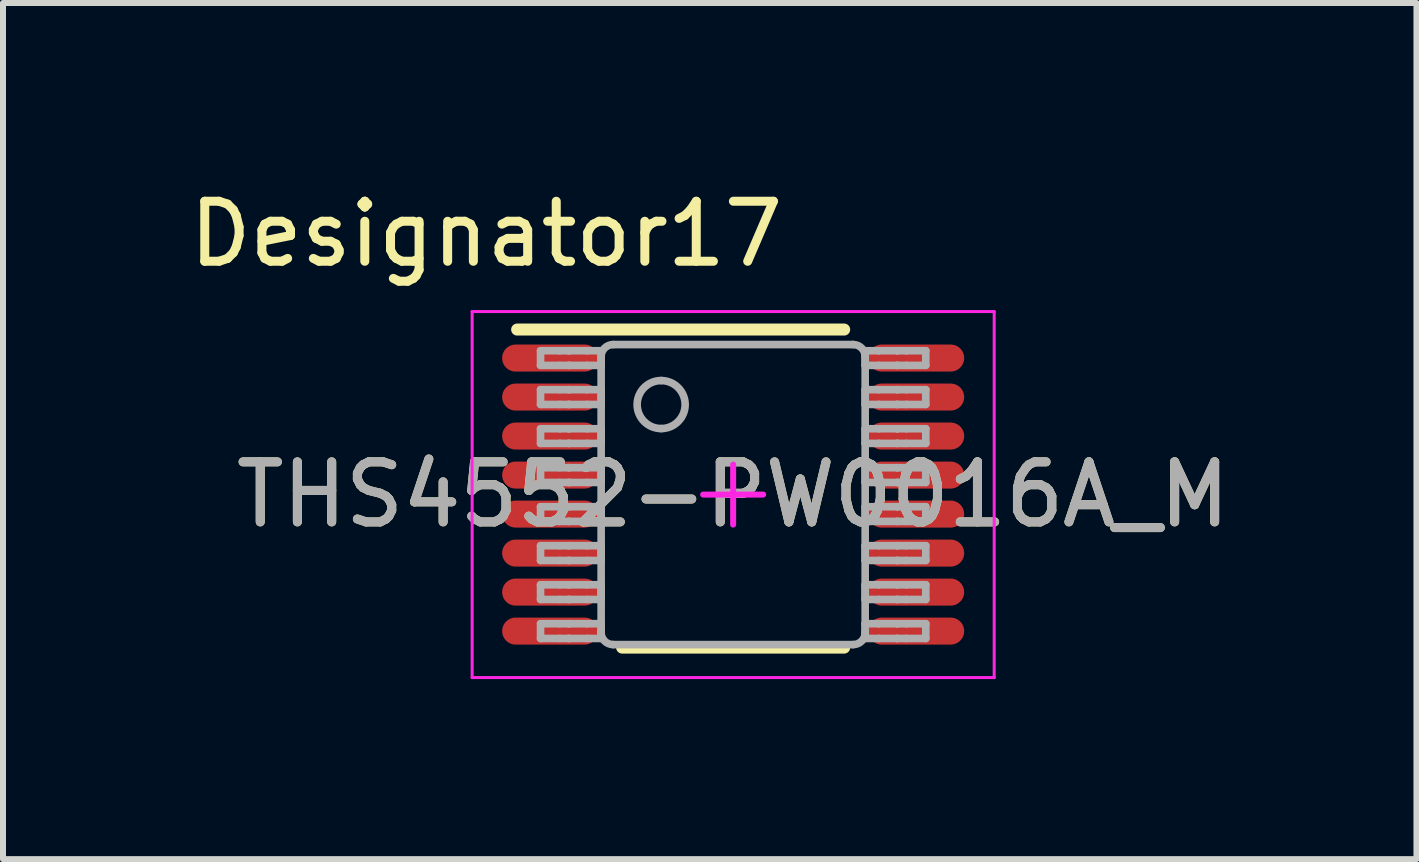
<source format=kicad_pcb>
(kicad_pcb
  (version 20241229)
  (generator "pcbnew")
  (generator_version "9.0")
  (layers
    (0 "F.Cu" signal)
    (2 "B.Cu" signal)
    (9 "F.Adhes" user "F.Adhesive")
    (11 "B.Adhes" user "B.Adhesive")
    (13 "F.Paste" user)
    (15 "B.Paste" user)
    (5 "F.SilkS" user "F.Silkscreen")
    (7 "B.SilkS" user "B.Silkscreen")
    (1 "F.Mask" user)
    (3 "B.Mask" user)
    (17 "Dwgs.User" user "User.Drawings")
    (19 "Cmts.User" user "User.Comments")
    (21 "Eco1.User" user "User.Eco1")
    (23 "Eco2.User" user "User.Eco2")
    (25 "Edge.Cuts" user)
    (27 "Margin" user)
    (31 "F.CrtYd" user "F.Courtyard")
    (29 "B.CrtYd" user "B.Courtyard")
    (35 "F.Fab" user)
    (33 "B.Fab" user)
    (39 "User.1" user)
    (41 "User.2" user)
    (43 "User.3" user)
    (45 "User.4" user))
  (footprint "THS4552-PW0016A_M"
    (layer "F.Cu")
    (at 9.168 5.192)
    (property "Reference" "THS4552-PW0016A_M" (at 0 0 0) (unlocked yes) (layer "F.SilkS") (effects (font (size 1 1) (thickness 0.15))))
    (attr smd)
    (fp_line (start -3.6 -2.75) (end 1.85 -2.75) (stroke (width 0.2) (type solid)) (layer "F.SilkS"))
    (fp_line (start -1.85 2.55) (end 1.85 2.55) (stroke (width 0.2) (type solid)) (layer "F.SilkS"))
    (fp_line (start -4.35 -3.05) (end 4.35 -3.05) (stroke (width 0.05) (type solid)) (layer "F.CrtYd"))
    (fp_line (start -4.35 3.05) (end -4.35 -3.05) (stroke (width 0.05) (type solid)) (layer "F.CrtYd"))
    (fp_line (start -4.35 3.05) (end 4.35 3.05) (stroke (width 0.05) (type solid)) (layer "F.CrtYd"))
    (fp_line (start -0.5 0) (end 0.5 0) (stroke (width 0.1) (type solid)) (layer "F.CrtYd"))
    (fp_line (start -0.000003 0.5) (end -0.000003 -0.5) (stroke (width 0.1) (type solid)) (layer "F.CrtYd"))
    (fp_line (start 4.35 3.05) (end 4.35 -3.05) (stroke (width 0.05) (type solid)) (layer "F.CrtYd"))
    (fp_line (start -3.21 -2.397) (end -2.887 -2.397) (stroke (width 0.127) (type solid)) (layer "F.Fab"))
    (fp_line (start -3.21 -2.153) (end -3.21 -2.397) (stroke (width 0.127) (type solid)) (layer "F.Fab"))
    (fp_line (start -3.21 -2.153) (end -2.887 -2.153) (stroke (width 0.127) (type solid)) (layer "F.Fab"))
    (fp_line (start -3.21 -1.748) (end -2.887 -1.748) (stroke (width 0.127) (type solid)) (layer "F.Fab"))
    (fp_line (start -3.21 -1.502) (end -3.21 -1.748) (stroke (width 0.127) (type solid)) (layer "F.Fab"))
    (fp_line (start -3.21 -1.502) (end -2.887 -1.502) (stroke (width 0.127) (type solid)) (layer "F.Fab"))
    (fp_line (start -3.21 -1.097) (end -2.887 -1.097) (stroke (width 0.127) (type solid)) (layer "F.Fab"))
    (fp_line (start -3.21 -0.853) (end -3.21 -1.097) (stroke (width 0.127) (type solid)) (layer "F.Fab"))
    (fp_line (start -3.21 -0.853) (end -2.887 -0.853) (stroke (width 0.127) (type solid)) (layer "F.Fab"))
    (fp_line (start -3.21 -0.448) (end -2.887 -0.448) (stroke (width 0.127) (type solid)) (layer "F.Fab"))
    (fp_line (start -3.21 -0.202) (end -3.21 -0.448) (stroke (width 0.127) (type solid)) (layer "F.Fab"))
    (fp_line (start -3.21 -0.202) (end -2.887 -0.202) (stroke (width 0.127) (type solid)) (layer "F.Fab"))
    (fp_line (start -3.21 0.203) (end -2.887 0.203) (stroke (width 0.127) (type solid)) (layer "F.Fab"))
    (fp_line (start -3.21 0.447) (end -3.21 0.203) (stroke (width 0.127) (type solid)) (layer "F.Fab"))
    (fp_line (start -3.21 0.447) (end -2.887 0.447) (stroke (width 0.127) (type solid)) (layer "F.Fab"))
    (fp_line (start -3.21 0.852) (end -2.887 0.852) (stroke (width 0.127) (type solid)) (layer "F.Fab"))
    (fp_line (start -3.21 1.098) (end -3.21 0.852) (stroke (width 0.127) (type solid)) (layer "F.Fab"))
    (fp_line (start -3.21 1.098) (end -2.887 1.098) (stroke (width 0.127) (type solid)) (layer "F.Fab"))
    (fp_line (start -3.21 1.503) (end -2.887 1.503) (stroke (width 0.127) (type solid)) (layer "F.Fab"))
    (fp_line (start -3.21 1.748) (end -3.21 1.503) (stroke (width 0.127) (type solid)) (layer "F.Fab"))
    (fp_line (start -3.21 1.748) (end -2.887 1.748) (stroke (width 0.127) (type solid)) (layer "F.Fab"))
    (fp_line (start -3.21 2.152) (end -2.887 2.152) (stroke (width 0.127) (type solid)) (layer "F.Fab"))
    (fp_line (start -3.21 2.398) (end -3.21 2.152) (stroke (width 0.127) (type solid)) (layer "F.Fab"))
    (fp_line (start -3.21 2.398) (end -2.887 2.398) (stroke (width 0.127) (type solid)) (layer "F.Fab"))
    (fp_line (start -2.887 -2.397) (end -2.739 -2.397) (stroke (width 0.127) (type solid)) (layer "F.Fab"))
    (fp_line (start -2.887 -2.153) (end -2.739 -2.153) (stroke (width 0.127) (type solid)) (layer "F.Fab"))
    (fp_line (start -2.887 -1.748) (end -2.739 -1.748) (stroke (width 0.127) (type solid)) (layer "F.Fab"))
    (fp_line (start -2.887 -1.502) (end -2.739 -1.502) (stroke (width 0.127) (type solid)) (layer "F.Fab"))
    (fp_line (start -2.887 -1.097) (end -2.739 -1.097) (stroke (width 0.127) (type solid)) (layer "F.Fab"))
    (fp_line (start -2.887 -0.853) (end -2.739 -0.853) (stroke (width 0.127) (type solid)) (layer "F.Fab"))
    (fp_line (start -2.887 -0.448) (end -2.739 -0.448) (stroke (width 0.127) (type solid)) (layer "F.Fab"))
    (fp_line (start -2.887 -0.202) (end -2.739 -0.202) (stroke (width 0.127) (type solid)) (layer "F.Fab"))
    (fp_line (start -2.887 0.203) (end -2.739 0.203) (stroke (width 0.127) (type solid)) (layer "F.Fab"))
    (fp_line (start -2.887 0.447) (end -2.739 0.447) (stroke (width 0.127) (type solid)) (layer "F.Fab"))
    (fp_line (start -2.887 0.852) (end -2.739 0.852) (stroke (width 0.127) (type solid)) (layer "F.Fab"))
    (fp_line (start -2.887 1.098) (end -2.739 1.098) (stroke (width 0.127) (type solid)) (layer "F.Fab"))
    (fp_line (start -2.887 1.503) (end -2.739 1.503) (stroke (width 0.127) (type solid)) (layer "F.Fab"))
    (fp_line (start -2.887 1.748) (end -2.739 1.748) (stroke (width 0.127) (type solid)) (layer "F.Fab"))
    (fp_line (start -2.887 2.152) (end -2.739 2.152) (stroke (width 0.127) (type solid)) (layer "F.Fab"))
    (fp_line (start -2.887 2.398) (end -2.739 2.398) (stroke (width 0.127) (type solid)) (layer "F.Fab"))
    (fp_line (start -2.739 -2.397) (end -2.733 -2.397) (stroke (width 0.127) (type solid)) (layer "F.Fab"))
    (fp_line (start -2.739 -2.153) (end -2.733 -2.153) (stroke (width 0.127) (type solid)) (layer "F.Fab"))
    (fp_line (start -2.739 -1.748) (end -2.733 -1.748) (stroke (width 0.127) (type solid)) (layer "F.Fab"))
    (fp_line (start -2.739 -1.502) (end -2.733 -1.502) (stroke (width 0.127) (type solid)) (layer "F.Fab"))
    (fp_line (start -2.739 -1.097) (end -2.733 -1.097) (stroke (width 0.127) (type solid)) (layer "F.Fab"))
    (fp_line (start -2.739 -0.853) (end -2.733 -0.853) (stroke (width 0.127) (type solid)) (layer "F.Fab"))
    (fp_line (start -2.739 -0.448) (end -2.733 -0.448) (stroke (width 0.127) (type solid)) (layer "F.Fab"))
    (fp_line (start -2.739 -0.202) (end -2.733 -0.202) (stroke (width 0.127) (type solid)) (layer "F.Fab"))
    (fp_line (start -2.739 0.203) (end -2.733 0.203) (stroke (width 0.127) (type solid)) (layer "F.Fab"))
    (fp_line (start -2.739 0.447) (end -2.733 0.447) (stroke (width 0.127) (type solid)) (layer "F.Fab"))
    (fp_line (start -2.739 0.852) (end -2.733 0.852) (stroke (width 0.127) (type solid)) (layer "F.Fab"))
    (fp_line (start -2.739 1.098) (end -2.733 1.098) (stroke (width 0.127) (type solid)) (layer "F.Fab"))
    (fp_line (start -2.739 1.503) (end -2.733 1.503) (stroke (width 0.127) (type solid)) (layer "F.Fab"))
    (fp_line (start -2.739 1.748) (end -2.733 1.748) (stroke (width 0.127) (type solid)) (layer "F.Fab"))
    (fp_line (start -2.739 2.152) (end -2.733 2.152) (stroke (width 0.127) (type solid)) (layer "F.Fab"))
    (fp_line (start -2.739 2.398) (end -2.733 2.398) (stroke (width 0.127) (type solid)) (layer "F.Fab"))
    (fp_line (start -2.733 -2.397) (end -2.431 -2.397) (stroke (width 0.127) (type solid)) (layer "F.Fab"))
    (fp_line (start -2.733 -2.153) (end -2.431 -2.153) (stroke (width 0.127) (type solid)) (layer "F.Fab"))
    (fp_line (start -2.733 -1.748) (end -2.431 -1.748) (stroke (width 0.127) (type solid)) (layer "F.Fab"))
    (fp_line (start -2.733 -1.502) (end -2.431 -1.502) (stroke (width 0.127) (type solid)) (layer "F.Fab"))
    (fp_line (start -2.733 -1.097) (end -2.431 -1.097) (stroke (width 0.127) (type solid)) (layer "F.Fab"))
    (fp_line (start -2.733 -0.853) (end -2.431 -0.853) (stroke (width 0.127) (type solid)) (layer "F.Fab"))
    (fp_line (start -2.733 -0.448) (end -2.431 -0.448) (stroke (width 0.127) (type solid)) (layer "F.Fab"))
    (fp_line (start -2.733 -0.202) (end -2.431 -0.202) (stroke (width 0.127) (type solid)) (layer "F.Fab"))
    (fp_line (start -2.733 0.203) (end -2.431 0.203) (stroke (width 0.127) (type solid)) (layer "F.Fab"))
    (fp_line (start -2.733 0.447) (end -2.431 0.447) (stroke (width 0.127) (type solid)) (layer "F.Fab"))
    (fp_line (start -2.733 0.852) (end -2.431 0.852) (stroke (width 0.127) (type solid)) (layer "F.Fab"))
    (fp_line (start -2.733 1.098) (end -2.431 1.098) (stroke (width 0.127) (type solid)) (layer "F.Fab"))
    (fp_line (start -2.733 1.503) (end -2.431 1.503) (stroke (width 0.127) (type solid)) (layer "F.Fab"))
    (fp_line (start -2.733 1.748) (end -2.431 1.748) (stroke (width 0.127) (type solid)) (layer "F.Fab"))
    (fp_line (start -2.733 2.152) (end -2.431 2.152) (stroke (width 0.127) (type solid)) (layer "F.Fab"))
    (fp_line (start -2.733 2.398) (end -2.431 2.398) (stroke (width 0.127) (type solid)) (layer "F.Fab"))
    (fp_line (start -2.431 -2.397) (end -2.2 -2.397) (stroke (width 0.127) (type solid)) (layer "F.Fab"))
    (fp_line (start -2.431 -2.153) (end -2.2 -2.153) (stroke (width 0.127) (type solid)) (layer "F.Fab"))
    (fp_line (start -2.431 -1.748) (end -2.2 -1.748) (stroke (width 0.127) (type solid)) (layer "F.Fab"))
    (fp_line (start -2.431 -1.502) (end -2.2 -1.502) (stroke (width 0.127) (type solid)) (layer "F.Fab"))
    (fp_line (start -2.431 -1.097) (end -2.2 -1.097) (stroke (width 0.127) (type solid)) (layer "F.Fab"))
    (fp_line (start -2.431 -0.853) (end -2.2 -0.853) (stroke (width 0.127) (type solid)) (layer "F.Fab"))
    (fp_line (start -2.431 -0.448) (end -2.2 -0.448) (stroke (width 0.127) (type solid)) (layer "F.Fab"))
    (fp_line (start -2.431 -0.202) (end -2.2 -0.202) (stroke (width 0.127) (type solid)) (layer "F.Fab"))
    (fp_line (start -2.431 0.203) (end -2.2 0.203) (stroke (width 0.127) (type solid)) (layer "F.Fab"))
    (fp_line (start -2.431 0.447) (end -2.2 0.447) (stroke (width 0.127) (type solid)) (layer "F.Fab"))
    (fp_line (start -2.431 0.852) (end -2.2 0.852) (stroke (width 0.127) (type solid)) (layer "F.Fab"))
    (fp_line (start -2.431 1.098) (end -2.2 1.098) (stroke (width 0.127) (type solid)) (layer "F.Fab"))
    (fp_line (start -2.431 1.503) (end -2.2 1.503) (stroke (width 0.127) (type solid)) (layer "F.Fab"))
    (fp_line (start -2.431 1.748) (end -2.2 1.748) (stroke (width 0.127) (type solid)) (layer "F.Fab"))
    (fp_line (start -2.431 2.152) (end -2.2 2.152) (stroke (width 0.127) (type solid)) (layer "F.Fab"))
    (fp_line (start -2.431 2.398) (end -2.2 2.398) (stroke (width 0.127) (type solid)) (layer "F.Fab"))
    (fp_line (start -2.2 -2.153) (end -2.2 -2.397) (stroke (width 0.127) (type solid)) (layer "F.Fab"))
    (fp_line (start -2.2 -1.502) (end -2.2 -1.748) (stroke (width 0.127) (type solid)) (layer "F.Fab"))
    (fp_line (start -2.2 -0.853) (end -2.2 -1.097) (stroke (width 0.127) (type solid)) (layer "F.Fab"))
    (fp_line (start -2.2 -0.202) (end -2.2 -0.448) (stroke (width 0.127) (type solid)) (layer "F.Fab"))
    (fp_line (start -2.2 0.447) (end -2.2 0.203) (stroke (width 0.127) (type solid)) (layer "F.Fab"))
    (fp_line (start -2.2 1.098) (end -2.2 0.852) (stroke (width 0.127) (type solid)) (layer "F.Fab"))
    (fp_line (start -2.2 1.748) (end -2.2 1.503) (stroke (width 0.127) (type solid)) (layer "F.Fab"))
    (fp_line (start -2.2 2.3) (end -2.2 -2.3) (stroke (width 0.127) (type solid)) (layer "F.Fab"))
    (fp_line (start -2.2 2.398) (end -2.2 2.152) (stroke (width 0.127) (type solid)) (layer "F.Fab"))
    (fp_line (start -2 -2.5) (end 2 -2.5) (stroke (width 0.127) (type solid)) (layer "F.Fab"))
    (fp_line (start -2 2.5) (end 2 2.5) (stroke (width 0.127) (type solid)) (layer "F.Fab"))
    (fp_line (start 2.2 -2.397) (end 2.43 -2.397) (stroke (width 0.127) (type solid)) (layer "F.Fab"))
    (fp_line (start 2.2 -2.153) (end 2.2 -2.397) (stroke (width 0.127) (type solid)) (layer "F.Fab"))
    (fp_line (start 2.2 -2.153) (end 2.43 -2.153) (stroke (width 0.127) (type solid)) (layer "F.Fab"))
    (fp_line (start 2.2 -1.748) (end 2.43 -1.748) (stroke (width 0.127) (type solid)) (layer "F.Fab"))
    (fp_line (start 2.2 -1.502) (end 2.2 -1.748) (stroke (width 0.127) (type solid)) (layer "F.Fab"))
    (fp_line (start 2.2 -1.502) (end 2.43 -1.502) (stroke (width 0.127) (type solid)) (layer "F.Fab"))
    (fp_line (start 2.2 -1.097) (end 2.43 -1.097) (stroke (width 0.127) (type solid)) (layer "F.Fab"))
    (fp_line (start 2.2 -0.853) (end 2.2 -1.097) (stroke (width 0.127) (type solid)) (layer "F.Fab"))
    (fp_line (start 2.2 -0.853) (end 2.43 -0.853) (stroke (width 0.127) (type solid)) (layer "F.Fab"))
    (fp_line (start 2.2 -0.448) (end 2.43 -0.448) (stroke (width 0.127) (type solid)) (layer "F.Fab"))
    (fp_line (start 2.2 -0.202) (end 2.2 -0.448) (stroke (width 0.127) (type solid)) (layer "F.Fab"))
    (fp_line (start 2.2 -0.202) (end 2.43 -0.202) (stroke (width 0.127) (type solid)) (layer "F.Fab"))
    (fp_line (start 2.2 0.203) (end 2.43 0.203) (stroke (width 0.127) (type solid)) (layer "F.Fab"))
    (fp_line (start 2.2 0.447) (end 2.2 0.203) (stroke (width 0.127) (type solid)) (layer "F.Fab"))
    (fp_line (start 2.2 0.447) (end 2.43 0.447) (stroke (width 0.127) (type solid)) (layer "F.Fab"))
    (fp_line (start 2.2 0.852) (end 2.43 0.852) (stroke (width 0.127) (type solid)) (layer "F.Fab"))
    (fp_line (start 2.2 1.098) (end 2.2 0.852) (stroke (width 0.127) (type solid)) (layer "F.Fab"))
    (fp_line (start 2.2 1.098) (end 2.43 1.098) (stroke (width 0.127) (type solid)) (layer "F.Fab"))
    (fp_line (start 2.2 1.503) (end 2.43 1.503) (stroke (width 0.127) (type solid)) (layer "F.Fab"))
    (fp_line (start 2.2 1.748) (end 2.2 1.503) (stroke (width 0.127) (type solid)) (layer "F.Fab"))
    (fp_line (start 2.2 1.748) (end 2.43 1.748) (stroke (width 0.127) (type solid)) (layer "F.Fab"))
    (fp_line (start 2.2 2.152) (end 2.43 2.152) (stroke (width 0.127) (type solid)) (layer "F.Fab"))
    (fp_line (start 2.2 2.3) (end 2.2 -2.3) (stroke (width 0.127) (type solid)) (layer "F.Fab"))
    (fp_line (start 2.2 2.398) (end 2.2 2.152) (stroke (width 0.127) (type solid)) (layer "F.Fab"))
    (fp_line (start 2.2 2.398) (end 2.43 2.398) (stroke (width 0.127) (type solid)) (layer "F.Fab"))
    (fp_line (start 2.43 -2.397) (end 2.733 -2.397) (stroke (width 0.127) (type solid)) (layer "F.Fab"))
    (fp_line (start 2.43 -2.153) (end 2.733 -2.153) (stroke (width 0.127) (type solid)) (layer "F.Fab"))
    (fp_line (start 2.43 -1.748) (end 2.733 -1.748) (stroke (width 0.127) (type solid)) (layer "F.Fab"))
    (fp_line (start 2.43 -1.502) (end 2.733 -1.502) (stroke (width 0.127) (type solid)) (layer "F.Fab"))
    (fp_line (start 2.43 -1.097) (end 2.733 -1.097) (stroke (width 0.127) (type solid)) (layer "F.Fab"))
    (fp_line (start 2.43 -0.853) (end 2.733 -0.853) (stroke (width 0.127) (type solid)) (layer "F.Fab"))
    (fp_line (start 2.43 -0.448) (end 2.733 -0.448) (stroke (width 0.127) (type solid)) (layer "F.Fab"))
    (fp_line (start 2.43 -0.202) (end 2.733 -0.202) (stroke (width 0.127) (type solid)) (layer "F.Fab"))
    (fp_line (start 2.43 0.203) (end 2.733 0.203) (stroke (width 0.127) (type solid)) (layer "F.Fab"))
    (fp_line (start 2.43 0.447) (end 2.733 0.447) (stroke (width 0.127) (type solid)) (layer "F.Fab"))
    (fp_line (start 2.43 0.852) (end 2.733 0.852) (stroke (width 0.127) (type solid)) (layer "F.Fab"))
    (fp_line (start 2.43 1.098) (end 2.733 1.098) (stroke (width 0.127) (type solid)) (layer "F.Fab"))
    (fp_line (start 2.43 1.503) (end 2.733 1.503) (stroke (width 0.127) (type solid)) (layer "F.Fab"))
    (fp_line (start 2.43 1.748) (end 2.733 1.748) (stroke (width 0.127) (type solid)) (layer "F.Fab"))
    (fp_line (start 2.43 2.152) (end 2.733 2.152) (stroke (width 0.127) (type solid)) (layer "F.Fab"))
    (fp_line (start 2.43 2.398) (end 2.733 2.398) (stroke (width 0.127) (type solid)) (layer "F.Fab"))
    (fp_line (start 2.733 -2.397) (end 2.739 -2.397) (stroke (width 0.127) (type solid)) (layer "F.Fab"))
    (fp_line (start 2.733 -2.153) (end 2.739 -2.153) (stroke (width 0.127) (type solid)) (layer "F.Fab"))
    (fp_line (start 2.733 -1.748) (end 2.739 -1.748) (stroke (width 0.127) (type solid)) (layer "F.Fab"))
    (fp_line (start 2.733 -1.502) (end 2.739 -1.502) (stroke (width 0.127) (type solid)) (layer "F.Fab"))
    (fp_line (start 2.733 -1.097) (end 2.739 -1.097) (stroke (width 0.127) (type solid)) (layer "F.Fab"))
    (fp_line (start 2.733 -0.853) (end 2.739 -0.853) (stroke (width 0.127) (type solid)) (layer "F.Fab"))
    (fp_line (start 2.733 -0.448) (end 2.739 -0.448) (stroke (width 0.127) (type solid)) (layer "F.Fab"))
    (fp_line (start 2.733 -0.202) (end 2.739 -0.202) (stroke (width 0.127) (type solid)) (layer "F.Fab"))
    (fp_line (start 2.733 0.203) (end 2.739 0.203) (stroke (width 0.127) (type solid)) (layer "F.Fab"))
    (fp_line (start 2.733 0.447) (end 2.739 0.447) (stroke (width 0.127) (type solid)) (layer "F.Fab"))
    (fp_line (start 2.733 0.852) (end 2.739 0.852) (stroke (width 0.127) (type solid)) (layer "F.Fab"))
    (fp_line (start 2.733 1.098) (end 2.739 1.098) (stroke (width 0.127) (type solid)) (layer "F.Fab"))
    (fp_line (start 2.733 1.503) (end 2.739 1.503) (stroke (width 0.127) (type solid)) (layer "F.Fab"))
    (fp_line (start 2.733 1.748) (end 2.739 1.748) (stroke (width 0.127) (type solid)) (layer "F.Fab"))
    (fp_line (start 2.733 2.152) (end 2.739 2.152) (stroke (width 0.127) (type solid)) (layer "F.Fab"))
    (fp_line (start 2.733 2.398) (end 2.739 2.398) (stroke (width 0.127) (type solid)) (layer "F.Fab"))
    (fp_line (start 2.739 -2.397) (end 2.887 -2.397) (stroke (width 0.127) (type solid)) (layer "F.Fab"))
    (fp_line (start 2.739 -2.153) (end 2.887 -2.153) (stroke (width 0.127) (type solid)) (layer "F.Fab"))
    (fp_line (start 2.739 -1.748) (end 2.887 -1.748) (stroke (width 0.127) (type solid)) (layer "F.Fab"))
    (fp_line (start 2.739 -1.502) (end 2.887 -1.502) (stroke (width 0.127) (type solid)) (layer "F.Fab"))
    (fp_line (start 2.739 -1.097) (end 2.887 -1.097) (stroke (width 0.127) (type solid)) (layer "F.Fab"))
    (fp_line (start 2.739 -0.853) (end 2.887 -0.853) (stroke (width 0.127) (type solid)) (layer "F.Fab"))
    (fp_line (start 2.739 -0.448) (end 2.887 -0.448) (stroke (width 0.127) (type solid)) (layer "F.Fab"))
    (fp_line (start 2.739 -0.202) (end 2.887 -0.202) (stroke (width 0.127) (type solid)) (layer "F.Fab"))
    (fp_line (start 2.739 0.203) (end 2.887 0.203) (stroke (width 0.127) (type solid)) (layer "F.Fab"))
    (fp_line (start 2.739 0.447) (end 2.887 0.447) (stroke (width 0.127) (type solid)) (layer "F.Fab"))
    (fp_line (start 2.739 0.852) (end 2.887 0.852) (stroke (width 0.127) (type solid)) (layer "F.Fab"))
    (fp_line (start 2.739 1.098) (end 2.887 1.098) (stroke (width 0.127) (type solid)) (layer "F.Fab"))
    (fp_line (start 2.739 1.503) (end 2.887 1.503) (stroke (width 0.127) (type solid)) (layer "F.Fab"))
    (fp_line (start 2.739 1.748) (end 2.887 1.748) (stroke (width 0.127) (type solid)) (layer "F.Fab"))
    (fp_line (start 2.739 2.152) (end 2.887 2.152) (stroke (width 0.127) (type solid)) (layer "F.Fab"))
    (fp_line (start 2.739 2.398) (end 2.887 2.398) (stroke (width 0.127) (type solid)) (layer "F.Fab"))
    (fp_line (start 2.887 -2.397) (end 3.21 -2.397) (stroke (width 0.127) (type solid)) (layer "F.Fab"))
    (fp_line (start 2.887 -2.153) (end 3.21 -2.153) (stroke (width 0.127) (type solid)) (layer "F.Fab"))
    (fp_line (start 2.887 -1.748) (end 3.21 -1.748) (stroke (width 0.127) (type solid)) (layer "F.Fab"))
    (fp_line (start 2.887 -1.502) (end 3.21 -1.502) (stroke (width 0.127) (type solid)) (layer "F.Fab"))
    (fp_line (start 2.887 -1.097) (end 3.21 -1.097) (stroke (width 0.127) (type solid)) (layer "F.Fab"))
    (fp_line (start 2.887 -0.853) (end 3.21 -0.853) (stroke (width 0.127) (type solid)) (layer "F.Fab"))
    (fp_line (start 2.887 -0.448) (end 3.21 -0.448) (stroke (width 0.127) (type solid)) (layer "F.Fab"))
    (fp_line (start 2.887 -0.202) (end 3.21 -0.202) (stroke (width 0.127) (type solid)) (layer "F.Fab"))
    (fp_line (start 2.887 0.203) (end 3.21 0.203) (stroke (width 0.127) (type solid)) (layer "F.Fab"))
    (fp_line (start 2.887 0.447) (end 3.21 0.447) (stroke (width 0.127) (type solid)) (layer "F.Fab"))
    (fp_line (start 2.887 0.852) (end 3.21 0.852) (stroke (width 0.127) (type solid)) (layer "F.Fab"))
    (fp_line (start 2.887 1.098) (end 3.21 1.098) (stroke (width 0.127) (type solid)) (layer "F.Fab"))
    (fp_line (start 2.887 1.503) (end 3.21 1.503) (stroke (width 0.127) (type solid)) (layer "F.Fab"))
    (fp_line (start 2.887 1.748) (end 3.21 1.748) (stroke (width 0.127) (type solid)) (layer "F.Fab"))
    (fp_line (start 2.887 2.152) (end 3.21 2.152) (stroke (width 0.127) (type solid)) (layer "F.Fab"))
    (fp_line (start 2.887 2.398) (end 3.21 2.398) (stroke (width 0.127) (type solid)) (layer "F.Fab"))
    (fp_line (start 3.21 -2.153) (end 3.21 -2.397) (stroke (width 0.127) (type solid)) (layer "F.Fab"))
    (fp_line (start 3.21 -1.502) (end 3.21 -1.748) (stroke (width 0.127) (type solid)) (layer "F.Fab"))
    (fp_line (start 3.21 -0.853) (end 3.21 -1.097) (stroke (width 0.127) (type solid)) (layer "F.Fab"))
    (fp_line (start 3.21 -0.202) (end 3.21 -0.448) (stroke (width 0.127) (type solid)) (layer "F.Fab"))
    (fp_line (start 3.21 0.447) (end 3.21 0.203) (stroke (width 0.127) (type solid)) (layer "F.Fab"))
    (fp_line (start 3.21 1.098) (end 3.21 0.852) (stroke (width 0.127) (type solid)) (layer "F.Fab"))
    (fp_line (start 3.21 1.748) (end 3.21 1.503) (stroke (width 0.127) (type solid)) (layer "F.Fab"))
    (fp_line (start 3.21 2.398) (end 3.21 2.152) (stroke (width 0.127) (type solid)) (layer "F.Fab"))
    (fp_arc (start -2.200001 -2.3) (mid -2.141422 -2.441421) (end -2.000001 -2.5) (stroke (width 0.127) (type solid)) (layer "F.Fab"))
    (fp_arc (start -2.000001 2.500015) (mid -2.141422 2.441437) (end -2.200001 2.300016) (stroke (width 0.127) (type solid)) (layer "F.Fab"))
    (fp_arc (start -1.200003 -1.900001) (mid -0.800003 -1.500002) (end -1.200003 -1.100003) (stroke (width 0.127) (type solid)) (layer "F.Fab"))
    (fp_arc (start -1.200003 -1.100003) (mid -1.600002 -1.500002) (end -1.200003 -1.900001) (stroke (width 0.127) (type solid)) (layer "F.Fab"))
    (fp_arc (start 1.999991 -2.5) (mid 2.141412 -2.441422) (end 2.199991 -2.3) (stroke (width 0.127) (type solid)) (layer "F.Fab"))
    (fp_arc (start 2.199991 2.300016) (mid 2.141412 2.441437) (end 1.999991 2.500015) (stroke (width 0.127) (type solid)) (layer "F.Fab"))
    (fp_text user "Designator17" (at -4.115 -4.343 0) (unlocked yes) (layer "F.SilkS") (effects (font (size 1 1) (thickness 0.15))))
    (fp_text user "${REFERENCE}" (at 0 0 0) (unlocked yes) (layer "F.Fab") (effects (font (size 1 1) (thickness 0.15))))
    (pad "1" smd oval (at -3.05 -2.275 90) (size 0.45 1.6) (layers "F.Cu" "F.Mask" "F.Paste"))
    (pad "2" smd oval (at -3.05 -1.625 90) (size 0.45 1.6) (layers "F.Cu" "F.Mask" "F.Paste"))
    (pad "3" smd oval (at -3.05 -0.975 90) (size 0.45 1.6) (layers "F.Cu" "F.Mask" "F.Paste"))
    (pad "4" smd oval (at -3.05 -0.325 90) (size 0.45 1.6) (layers "F.Cu" "F.Mask" "F.Paste"))
    (pad "5" smd oval (at -3.05 0.325 90) (size 0.45 1.6) (layers "F.Cu" "F.Mask" "F.Paste"))
    (pad "6" smd oval (at -3.05 0.975 90) (size 0.45 1.6) (layers "F.Cu" "F.Mask" "F.Paste"))
    (pad "7" smd oval (at -3.05 1.625 90) (size 0.45 1.6) (layers "F.Cu" "F.Mask" "F.Paste"))
    (pad "8" smd oval (at -3.05 2.275 90) (size 0.45 1.6) (layers "F.Cu" "F.Mask" "F.Paste"))
    (pad "9" smd oval (at 3.05 2.275 90) (size 0.45 1.6) (layers "F.Cu" "F.Mask" "F.Paste"))
    (pad "10" smd oval (at 3.05 1.625 90) (size 0.45 1.6) (layers "F.Cu" "F.Mask" "F.Paste"))
    (pad "11" smd oval (at 3.05 0.975 90) (size 0.45 1.6) (layers "F.Cu" "F.Mask" "F.Paste"))
    (pad "12" smd oval (at 3.05 0.325 90) (size 0.45 1.6) (layers "F.Cu" "F.Mask" "F.Paste"))
    (pad "13" smd oval (at 3.05 -0.325 90) (size 0.45 1.6) (layers "F.Cu" "F.Mask" "F.Paste"))
    (pad "14" smd oval (at 3.05 -0.975 90) (size 0.45 1.6) (layers "F.Cu" "F.Mask" "F.Paste"))
    (pad "15" smd oval (at 3.05 -1.625 90) (size 0.45 1.6) (layers "F.Cu" "F.Mask" "F.Paste"))
    (pad "16" smd oval (at 3.05 -2.275 90) (size 0.45 1.6) (layers "F.Cu" "F.Mask" "F.Paste")))
  (gr_rect
    (start -3 -3)
    (end 20.555 11.267)
    (stroke (width 0.1) (type default))
    (fill no)
    (layer "Edge.Cuts")))
</source>
